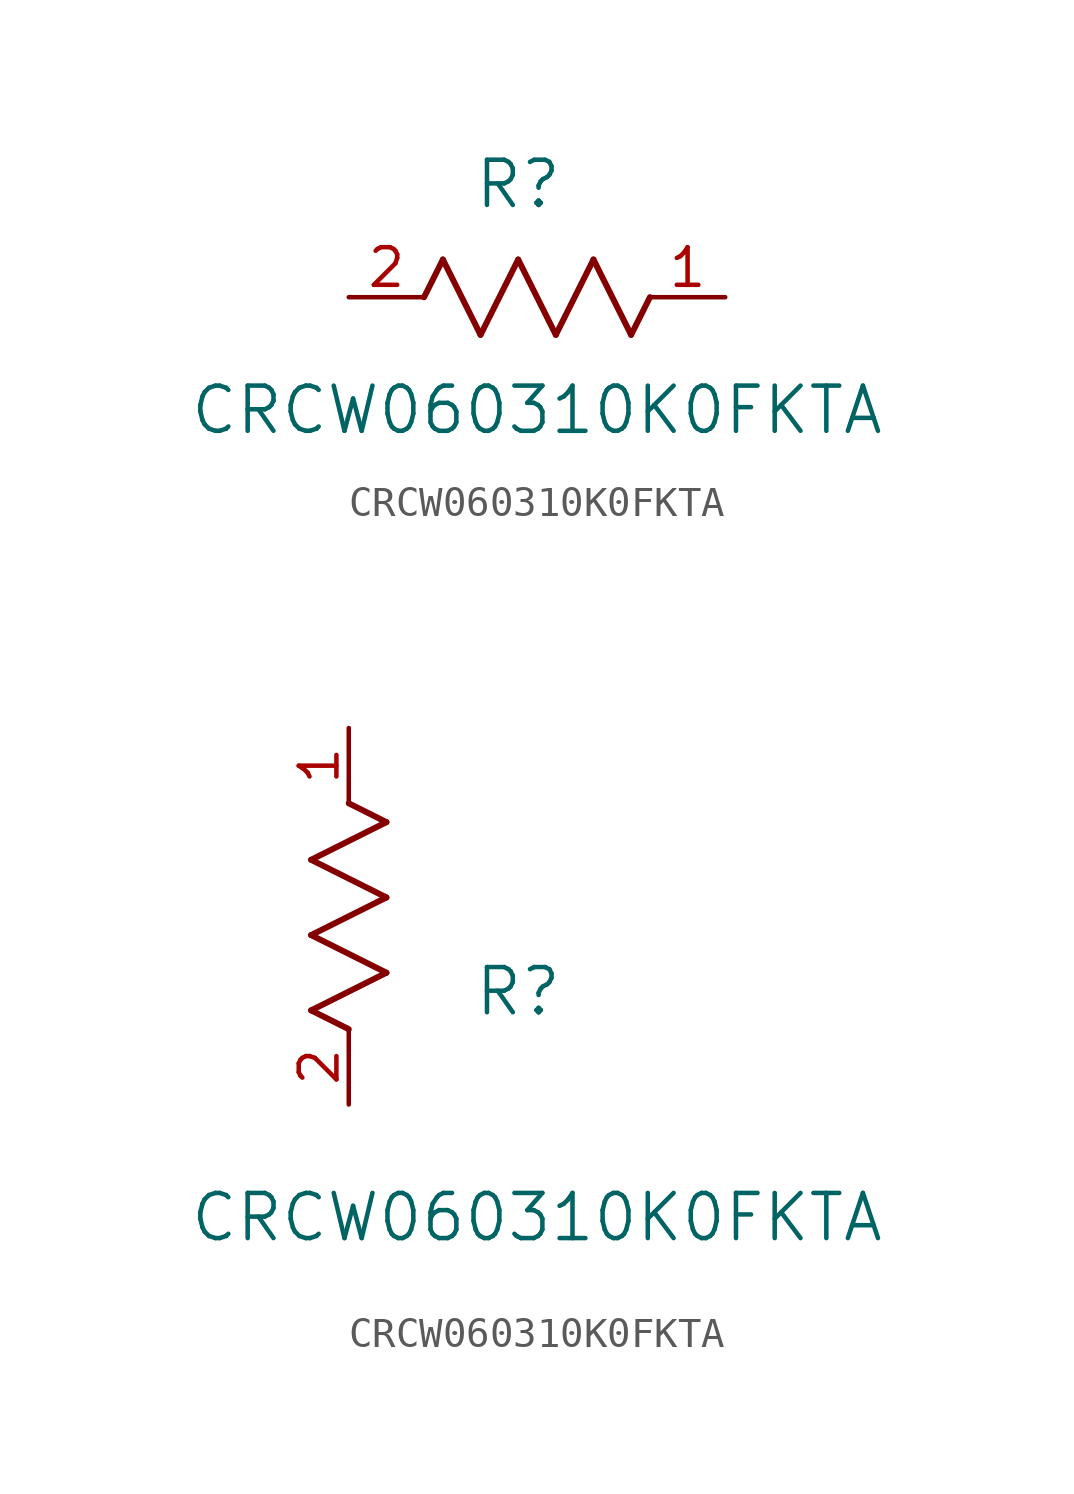
<source format=kicad_sym>
(kicad_symbol_lib
  (version 20211014)
  (generator kicad_symbol_editor)
  (symbol "CRCW060310K0FKTA"
    (pin_names
      (offset 0.254))
    (property "Reference" "R"
      (at 5.715 3.81 0)
      (effects (font (size 1.524 1.524))))
    (property "Value" "CRCW060310K0FKTA"
      (at 6.35 -3.81 0)
      (effects (font (size 1.524 1.524))))
    (symbol "CRCW060310K0FKTA_1_1"
      (polyline (pts (xy 3.175 1.27) (xy 4.445 -1.27)) (stroke (width 0.203) (type default) (color 0 0 0 0)) (fill (type none)))
      (polyline (pts (xy 4.445 -1.27) (xy 5.715 1.27)) (stroke (width 0.203) (type default) (color 0 0 0 0)) (fill (type none)))
      (polyline (pts (xy 5.715 1.27) (xy 6.985 -1.27)) (stroke (width 0.203) (type default) (color 0 0 0 0)) (fill (type none)))
      (polyline (pts (xy 6.985 -1.27) (xy 8.255 1.27)) (stroke (width 0.203) (type default) (color 0 0 0 0)) (fill (type none)))
      (polyline (pts (xy 8.255 1.27) (xy 9.525 -1.27)) (stroke (width 0.203) (type default) (color 0 0 0 0)) (fill (type none)))
      (polyline (pts (xy 2.54 0) (xy 3.175 1.27)) (stroke (width 0.203) (type default) (color 0 0 0 0)) (fill (type none)))
      (polyline (pts (xy 9.525 -1.27) (xy 10.16 0)) (stroke (width 0.203) (type default) (color 0 0 0 0)) (fill (type none)))
      (pin unspecified line (at 12.7 0 180) (length 2.54) (name "" (effects (font (size 1.27 1.27)))) (number "1" (effects (font (size 1.27 1.27)))))
      (pin unspecified line (at 0 0 0) (length 2.54) (name "" (effects (font (size 1.27 1.27)))) (number "2" (effects (font (size 1.27 1.27))))))
    (symbol "CRCW060310K0FKTA_1_2"
      (polyline (pts (xy 0 2.54) (xy -1.27 3.175)) (stroke (width 0.203) (type default) (color 0 0 0 0)) (fill (type none)))
      (polyline (pts (xy -1.27 3.175) (xy 1.27 4.445)) (stroke (width 0.203) (type default) (color 0 0 0 0)) (fill (type none)))
      (polyline (pts (xy 1.27 4.445) (xy -1.27 5.715)) (stroke (width 0.203) (type default) (color 0 0 0 0)) (fill (type none)))
      (polyline (pts (xy -1.27 5.715) (xy 1.27 6.985)) (stroke (width 0.203) (type default) (color 0 0 0 0)) (fill (type none)))
      (polyline (pts (xy -1.27 8.255) (xy 1.27 9.525)) (stroke (width 0.203) (type default) (color 0 0 0 0)) (fill (type none)))
      (polyline (pts (xy 1.27 9.525) (xy 0 10.16)) (stroke (width 0.203) (type default) (color 0 0 0 0)) (fill (type none)))
      (polyline (pts (xy 1.27 6.985) (xy -1.27 8.255)) (stroke (width 0.203) (type default) (color 0 0 0 0)) (fill (type none)))
      (pin unspecified line (at 0 12.7 270) (length 2.54) (name "" (effects (font (size 1.27 1.27)))) (number "1" (effects (font (size 1.27 1.27)))))
      (pin unspecified line (at 0 0 90) (length 2.54) (name "" (effects (font (size 1.27 1.27)))) (number "2" (effects (font (size 1.27 1.27))))))))
</source>
